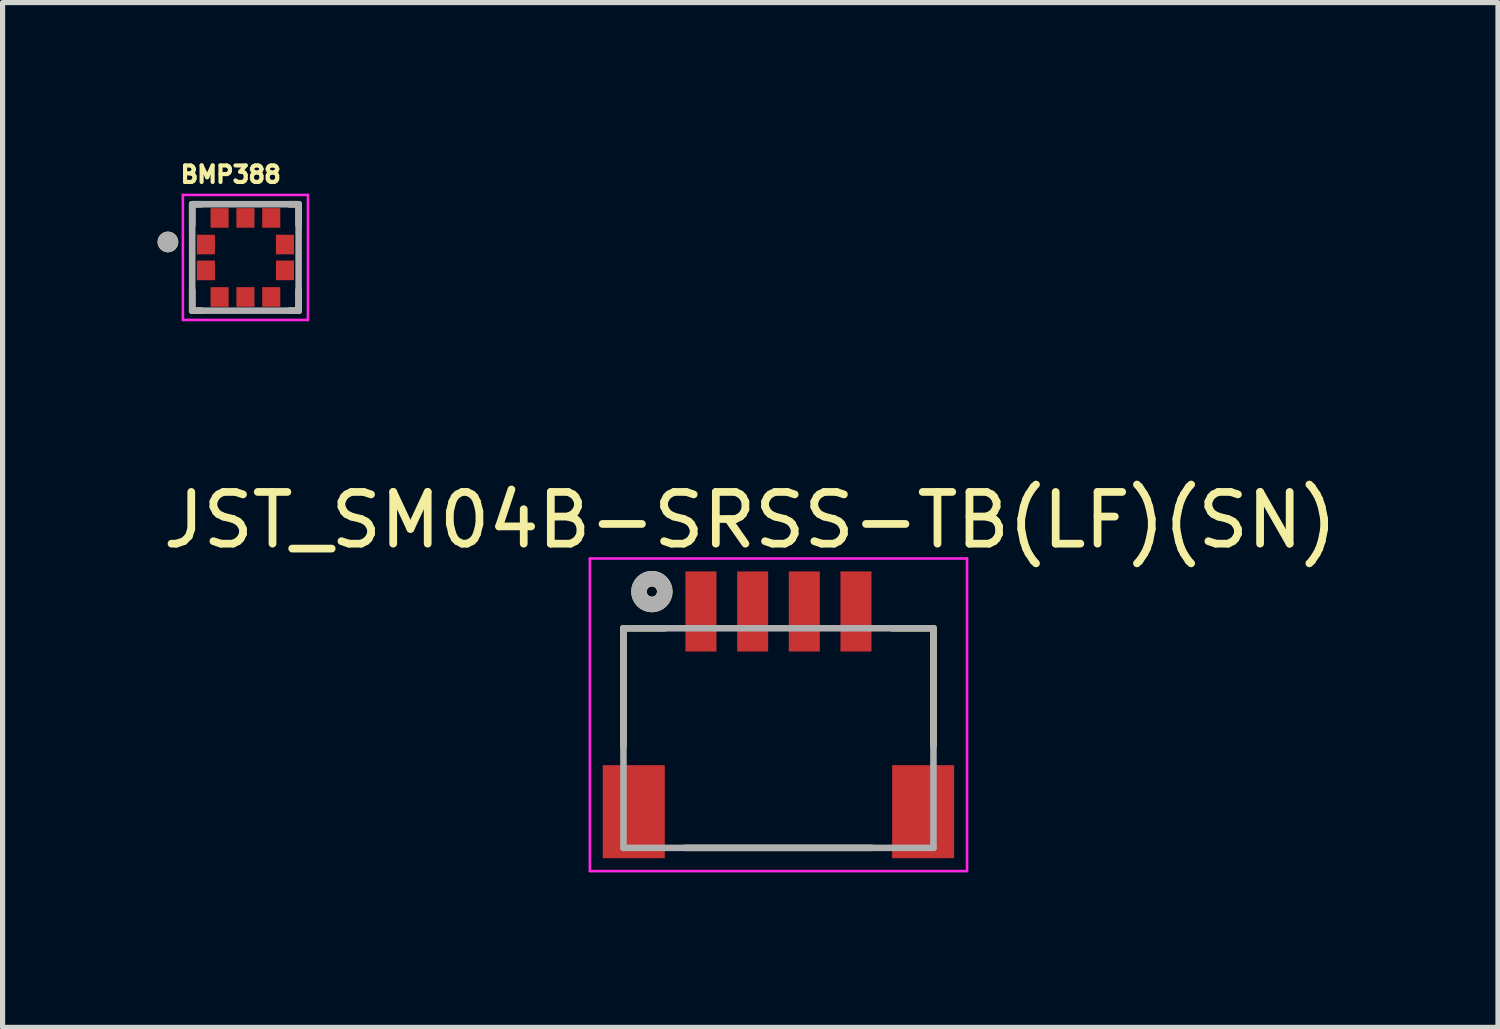
<source format=kicad_pcb>
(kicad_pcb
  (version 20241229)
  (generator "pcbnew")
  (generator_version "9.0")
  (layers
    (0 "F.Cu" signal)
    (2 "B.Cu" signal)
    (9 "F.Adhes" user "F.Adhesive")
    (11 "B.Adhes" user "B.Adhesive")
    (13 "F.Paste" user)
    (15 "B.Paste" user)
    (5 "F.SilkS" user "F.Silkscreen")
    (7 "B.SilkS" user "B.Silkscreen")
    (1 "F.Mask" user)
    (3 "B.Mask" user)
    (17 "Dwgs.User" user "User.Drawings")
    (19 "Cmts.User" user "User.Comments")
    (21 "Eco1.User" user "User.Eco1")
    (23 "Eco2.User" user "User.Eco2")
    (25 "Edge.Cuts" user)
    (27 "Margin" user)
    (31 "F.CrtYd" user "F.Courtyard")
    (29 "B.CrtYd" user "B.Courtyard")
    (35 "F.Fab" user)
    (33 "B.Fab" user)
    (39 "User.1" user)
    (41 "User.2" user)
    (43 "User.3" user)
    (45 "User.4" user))
  (footprint "BMP388"
    (layer "F.Cu")
    (at 1.7 1.933)
    (property "Reference" "BMP388" (at -0.284 -1.605 0) (layer "F.SilkS") (effects (font (size 0.32 0.32) (thickness 0.15))))
    (attr through_hole)
    (fp_line (start -1.03 -1.03) (end -0.85 -1.03) (stroke (width 0.127) (type solid)) (layer "F.SilkS"))
    (fp_line (start -1.03 -0.63) (end -1.03 -1.03) (stroke (width 0.127) (type solid)) (layer "F.SilkS"))
    (fp_line (start -1.03 1.03) (end -1.03 0.63) (stroke (width 0.127) (type solid)) (layer "F.SilkS"))
    (fp_line (start -0.85 1.03) (end -1.03 1.03) (stroke (width 0.127) (type solid)) (layer "F.SilkS"))
    (fp_line (start 0.85 -1.03) (end 1.03 -1.03) (stroke (width 0.127) (type solid)) (layer "F.SilkS"))
    (fp_line (start 0.85 1.03) (end 1.03 1.03) (stroke (width 0.127) (type solid)) (layer "F.SilkS"))
    (fp_line (start 1.03 -1.03) (end 1.03 -0.63) (stroke (width 0.127) (type solid)) (layer "F.SilkS"))
    (fp_line (start 1.03 1.03) (end 1.03 0.63) (stroke (width 0.127) (type solid)) (layer "F.SilkS"))
    (fp_circle (center -1.5 -0.3) (end -1.4 -0.3) (stroke (width 0.2) (type solid)) (fill no) (layer "F.SilkS"))
    (fp_line (start -1.21 -1.21) (end 1.21 -1.21) (stroke (width 0.05) (type solid)) (layer "F.CrtYd"))
    (fp_line (start -1.21 1.21) (end -1.21 -1.21) (stroke (width 0.05) (type solid)) (layer "F.CrtYd"))
    (fp_line (start 1.21 -1.21) (end 1.21 1.21) (stroke (width 0.05) (type solid)) (layer "F.CrtYd"))
    (fp_line (start 1.21 1.21) (end -1.21 1.21) (stroke (width 0.05) (type solid)) (layer "F.CrtYd"))
    (fp_line (start -1.03 -1.03) (end 1.03 -1.03) (stroke (width 0.127) (type solid)) (layer "F.Fab"))
    (fp_line (start -1.03 1.03) (end -1.03 -1.03) (stroke (width 0.127) (type solid)) (layer "F.Fab"))
    (fp_line (start 1.03 -1.03) (end 1.03 1.03) (stroke (width 0.127) (type solid)) (layer "F.Fab"))
    (fp_line (start 1.03 1.03) (end -1.03 1.03) (stroke (width 0.127) (type solid)) (layer "F.Fab"))
    (fp_circle (center -1.5 -0.3) (end -1.4 -0.3) (stroke (width 0.2) (type solid)) (fill no) (layer "F.Fab"))
    (pad "1" smd roundrect (at -0.765 -0.25 90) (size 0.38 0.35) (layers "F.Cu" "F.Mask" "F.Paste") (roundrect_rratio 0.02))
    (pad "2" smd roundrect (at -0.765 0.25 90) (size 0.38 0.35) (layers "F.Cu" "F.Mask" "F.Paste") (roundrect_rratio 0.02))
    (pad "3" smd roundrect (at -0.5 0.765 90) (size 0.38 0.35) (layers "F.Cu" "F.Mask" "F.Paste") (roundrect_rratio 0.02))
    (pad "4" smd roundrect (at 0 0.765 90) (size 0.38 0.35) (layers "F.Cu" "F.Mask" "F.Paste") (roundrect_rratio 0.02))
    (pad "5" smd roundrect (at 0.5 0.765 90) (size 0.38 0.35) (layers "F.Cu" "F.Mask" "F.Paste") (roundrect_rratio 0.02))
    (pad "6" smd roundrect (at 0.765 0.25 90) (size 0.38 0.35) (layers "F.Cu" "F.Mask" "F.Paste") (roundrect_rratio 0.02))
    (pad "7" smd roundrect (at 0.765 -0.25 90) (size 0.38 0.35) (layers "F.Cu" "F.Mask" "F.Paste") (roundrect_rratio 0.02))
    (pad "8" smd roundrect (at 0.5 -0.765 90) (size 0.38 0.35) (layers "F.Cu" "F.Mask" "F.Paste") (roundrect_rratio 0.02))
    (pad "9" smd roundrect (at 0 -0.765 90) (size 0.38 0.35) (layers "F.Cu" "F.Mask" "F.Paste") (roundrect_rratio 0.02))
    (pad "10" smd roundrect (at -0.5 -0.765 90) (size 0.38 0.35) (layers "F.Cu" "F.Mask" "F.Paste") (roundrect_rratio 0.02)))
  (footprint "JST_SM04B-SRSS-TB(LF)(SN)"
    (layer "F.Cu")
    (at 12.017 8.785)
    (property "Reference" "JST_SM04B-SRSS-TB(LF)(SN)" (at -0.545 -1.768 0) (layer "F.SilkS") (effects (font (size 1.001 1.001) (thickness 0.15))))
    (attr through_hole)
    (fp_line (start -3 0.325) (end -3 2.6) (stroke (width 0.127) (type solid)) (layer "F.SilkS"))
    (fp_line (start -2.2 0.325) (end -3 0.325) (stroke (width 0.127) (type solid)) (layer "F.SilkS"))
    (fp_line (start -1.8 4.575) (end 1.8 4.575) (stroke (width 0.127) (type solid)) (layer "F.SilkS"))
    (fp_line (start 2.2 0.325) (end 3 0.325) (stroke (width 0.127) (type solid)) (layer "F.SilkS"))
    (fp_line (start 3 0.325) (end 3 2.6) (stroke (width 0.127) (type solid)) (layer "F.SilkS"))
    (fp_circle (center -2.45 -0.385) (end -2.35 -0.385) (stroke (width 0.3) (type solid)) (fill no) (layer "F.SilkS"))
    (fp_line (start -3.65 -1.025) (end 3.65 -1.025) (stroke (width 0.05) (type solid)) (layer "F.CrtYd"))
    (fp_line (start -3.65 5.025) (end -3.65 -1.025) (stroke (width 0.05) (type solid)) (layer "F.CrtYd"))
    (fp_line (start 3.65 -1.025) (end 3.65 5.025) (stroke (width 0.05) (type solid)) (layer "F.CrtYd"))
    (fp_line (start 3.65 5.025) (end -3.65 5.025) (stroke (width 0.05) (type solid)) (layer "F.CrtYd"))
    (fp_line (start -3 0.325) (end 3 0.325) (stroke (width 0.127) (type solid)) (layer "F.Fab"))
    (fp_line (start -3 4.575) (end -3 0.325) (stroke (width 0.127) (type solid)) (layer "F.Fab"))
    (fp_line (start 3 0.325) (end 3 4.575) (stroke (width 0.127) (type solid)) (layer "F.Fab"))
    (fp_line (start 3 4.575) (end -3 4.575) (stroke (width 0.127) (type solid)) (layer "F.Fab"))
    (fp_circle (center -2.45 -0.385) (end -2.35 -0.385) (stroke (width 0.3) (type solid)) (fill no) (layer "F.Fab"))
    (pad "1" smd rect (at -1.5 0) (size 0.6 1.55) (layers "F.Cu" "F.Mask" "F.Paste"))
    (pad "2" smd rect (at -0.5 0) (size 0.6 1.55) (layers "F.Cu" "F.Mask" "F.Paste"))
    (pad "3" smd rect (at 0.5 0) (size 0.6 1.55) (layers "F.Cu" "F.Mask" "F.Paste"))
    (pad "4" smd rect (at 1.5 0) (size 0.6 1.55) (layers "F.Cu" "F.Mask" "F.Paste"))
    (pad "S1" smd rect (at -2.8 3.875 180) (size 1.2 1.8) (layers "F.Cu" "F.Mask" "F.Paste"))
    (pad "S2" smd rect (at 2.8 3.875 180) (size 1.2 1.8) (layers "F.Cu" "F.Mask" "F.Paste")))
  (gr_rect
    (start -3 -3)
    (end 25.943 16.835)
    (stroke (width 0.1) (type default))
    (fill no)
    (layer "Edge.Cuts")))
</source>
